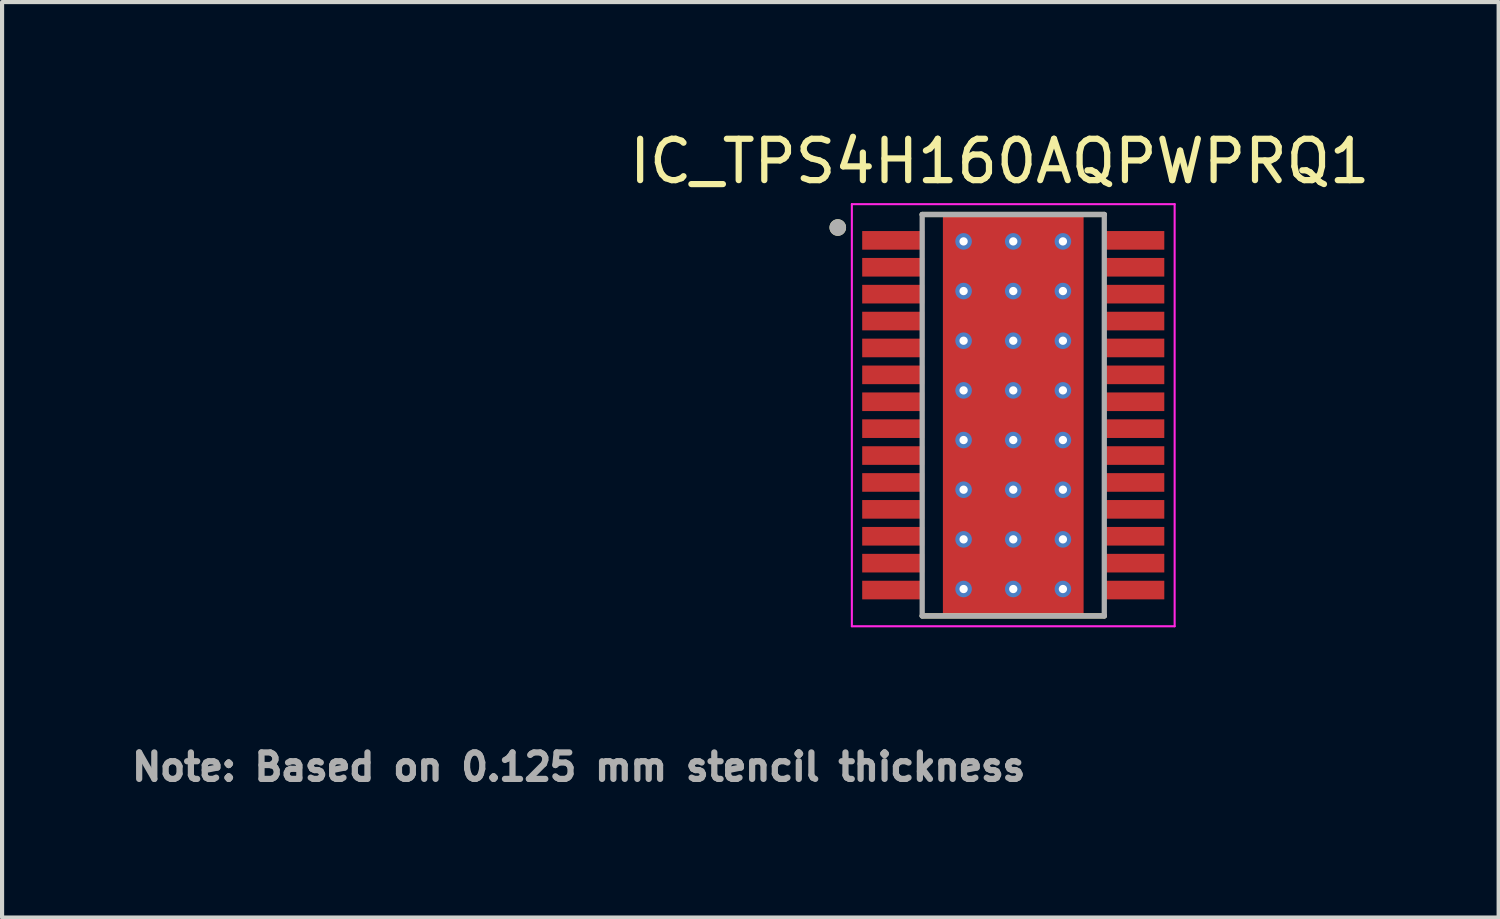
<source format=kicad_pcb>
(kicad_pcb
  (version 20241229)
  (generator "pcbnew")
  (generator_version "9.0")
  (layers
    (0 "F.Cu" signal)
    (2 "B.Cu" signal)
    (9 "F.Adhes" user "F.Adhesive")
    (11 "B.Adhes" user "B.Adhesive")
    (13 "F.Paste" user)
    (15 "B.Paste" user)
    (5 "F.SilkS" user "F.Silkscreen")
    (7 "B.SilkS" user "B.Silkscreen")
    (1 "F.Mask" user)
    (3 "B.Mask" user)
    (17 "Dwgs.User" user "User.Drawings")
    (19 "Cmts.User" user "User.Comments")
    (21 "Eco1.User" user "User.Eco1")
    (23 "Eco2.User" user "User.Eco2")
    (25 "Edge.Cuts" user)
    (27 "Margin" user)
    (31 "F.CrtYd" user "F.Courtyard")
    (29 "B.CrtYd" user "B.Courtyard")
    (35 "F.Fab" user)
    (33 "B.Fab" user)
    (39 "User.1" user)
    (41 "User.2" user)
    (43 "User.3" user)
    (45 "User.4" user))
  (footprint "IC_TPS4H160AQPWPRQ1"
    (layer "F.Cu")
    (at 21.434 6.983)
    (property "Reference" "IC_TPS4H160AQPWPRQ1" (at -0.325 -6.135 0) (layer "F.SilkS") (effects (font (size 1 1) (thickness 0.15))))
    (attr smd)
    (fp_poly (pts (xy -3.7 -4.5) (xy -2.1 -4.5) (xy -2.1 -3.95) (xy -3.7 -3.95)) (stroke (width 0.01) (type solid)) (fill yes) (layer "F.Mask"))
    (fp_poly (pts (xy -3.7 -3.85) (xy -2.1 -3.85) (xy -2.1 -3.3) (xy -3.7 -3.3)) (stroke (width 0.01) (type solid)) (fill yes) (layer "F.Mask"))
    (fp_poly (pts (xy -3.7 -3.2) (xy -2.1 -3.2) (xy -2.1 -2.65) (xy -3.7 -2.65)) (stroke (width 0.01) (type solid)) (fill yes) (layer "F.Mask"))
    (fp_poly (pts (xy -3.7 -2.55) (xy -2.1 -2.55) (xy -2.1 -2) (xy -3.7 -2)) (stroke (width 0.01) (type solid)) (fill yes) (layer "F.Mask"))
    (fp_poly (pts (xy -3.7 -1.9) (xy -2.1 -1.9) (xy -2.1 -1.35) (xy -3.7 -1.35)) (stroke (width 0.01) (type solid)) (fill yes) (layer "F.Mask"))
    (fp_poly (pts (xy -3.7 -1.25) (xy -2.1 -1.25) (xy -2.1 -0.7) (xy -3.7 -0.7)) (stroke (width 0.01) (type solid)) (fill yes) (layer "F.Mask"))
    (fp_poly (pts (xy -3.7 -0.6) (xy -2.1 -0.6) (xy -2.1 -0.05) (xy -3.7 -0.05)) (stroke (width 0.01) (type solid)) (fill yes) (layer "F.Mask"))
    (fp_poly (pts (xy -3.7 0.05) (xy -2.1 0.05) (xy -2.1 0.6) (xy -3.7 0.6)) (stroke (width 0.01) (type solid)) (fill yes) (layer "F.Mask"))
    (fp_poly (pts (xy -3.7 0.7) (xy -2.1 0.7) (xy -2.1 1.25) (xy -3.7 1.25)) (stroke (width 0.01) (type solid)) (fill yes) (layer "F.Mask"))
    (fp_poly (pts (xy -3.7 1.35) (xy -2.1 1.35) (xy -2.1 1.9) (xy -3.7 1.9)) (stroke (width 0.01) (type solid)) (fill yes) (layer "F.Mask"))
    (fp_poly (pts (xy -3.7 2) (xy -2.1 2) (xy -2.1 2.55) (xy -3.7 2.55)) (stroke (width 0.01) (type solid)) (fill yes) (layer "F.Mask"))
    (fp_poly (pts (xy -3.7 2.65) (xy -2.1 2.65) (xy -2.1 3.2) (xy -3.7 3.2)) (stroke (width 0.01) (type solid)) (fill yes) (layer "F.Mask"))
    (fp_poly (pts (xy -3.7 3.3) (xy -2.1 3.3) (xy -2.1 3.85) (xy -3.7 3.85)) (stroke (width 0.01) (type solid)) (fill yes) (layer "F.Mask"))
    (fp_poly (pts (xy -3.7 3.95) (xy -2.1 3.95) (xy -2.1 4.5) (xy -3.7 4.5)) (stroke (width 0.01) (type solid)) (fill yes) (layer "F.Mask"))
    (fp_poly (pts (xy -1.55 -2.59) (xy 1.55 -2.59) (xy 1.55 2.59) (xy -1.55 2.59)) (stroke (width 0.01) (type solid)) (fill yes) (layer "F.Mask"))
    (fp_poly (pts (xy 2.1 -4.5) (xy 3.7 -4.5) (xy 3.7 -3.95) (xy 2.1 -3.95)) (stroke (width 0.01) (type solid)) (fill yes) (layer "F.Mask"))
    (fp_poly (pts (xy 2.1 -3.85) (xy 3.7 -3.85) (xy 3.7 -3.3) (xy 2.1 -3.3)) (stroke (width 0.01) (type solid)) (fill yes) (layer "F.Mask"))
    (fp_poly (pts (xy 2.1 -3.2) (xy 3.7 -3.2) (xy 3.7 -2.65) (xy 2.1 -2.65)) (stroke (width 0.01) (type solid)) (fill yes) (layer "F.Mask"))
    (fp_poly (pts (xy 2.1 -2.55) (xy 3.7 -2.55) (xy 3.7 -2) (xy 2.1 -2)) (stroke (width 0.01) (type solid)) (fill yes) (layer "F.Mask"))
    (fp_poly (pts (xy 2.1 -1.9) (xy 3.7 -1.9) (xy 3.7 -1.35) (xy 2.1 -1.35)) (stroke (width 0.01) (type solid)) (fill yes) (layer "F.Mask"))
    (fp_poly (pts (xy 2.1 -1.25) (xy 3.7 -1.25) (xy 3.7 -0.7) (xy 2.1 -0.7)) (stroke (width 0.01) (type solid)) (fill yes) (layer "F.Mask"))
    (fp_poly (pts (xy 2.1 -0.6) (xy 3.7 -0.6) (xy 3.7 -0.05) (xy 2.1 -0.05)) (stroke (width 0.01) (type solid)) (fill yes) (layer "F.Mask"))
    (fp_poly (pts (xy 2.1 0.05) (xy 3.7 0.05) (xy 3.7 0.6) (xy 2.1 0.6)) (stroke (width 0.01) (type solid)) (fill yes) (layer "F.Mask"))
    (fp_poly (pts (xy 2.1 0.7) (xy 3.7 0.7) (xy 3.7 1.25) (xy 2.1 1.25)) (stroke (width 0.01) (type solid)) (fill yes) (layer "F.Mask"))
    (fp_poly (pts (xy 2.1 1.35) (xy 3.7 1.35) (xy 3.7 1.9) (xy 2.1 1.9)) (stroke (width 0.01) (type solid)) (fill yes) (layer "F.Mask"))
    (fp_poly (pts (xy 2.1 2) (xy 3.7 2) (xy 3.7 2.55) (xy 2.1 2.55)) (stroke (width 0.01) (type solid)) (fill yes) (layer "F.Mask"))
    (fp_poly (pts (xy 2.1 2.65) (xy 3.7 2.65) (xy 3.7 3.2) (xy 2.1 3.2)) (stroke (width 0.01) (type solid)) (fill yes) (layer "F.Mask"))
    (fp_poly (pts (xy 2.1 3.3) (xy 3.7 3.3) (xy 3.7 3.85) (xy 2.1 3.85)) (stroke (width 0.01) (type solid)) (fill yes) (layer "F.Mask"))
    (fp_poly (pts (xy 2.1 3.95) (xy 3.7 3.95) (xy 3.7 4.5) (xy 2.1 4.5)) (stroke (width 0.01) (type solid)) (fill yes) (layer "F.Mask"))
    (fp_line (start -2.2 -4.85) (end 2.2 -4.85) (stroke (width 0.127) (type solid)) (layer "F.SilkS"))
    (fp_line (start -2.2 4.85) (end 2.2 4.85) (stroke (width 0.127) (type solid)) (layer "F.SilkS"))
    (fp_circle (center -4.24 -4.535) (end -4.14 -4.535) (stroke (width 0.2) (type solid)) (fill no) (layer "F.SilkS"))
    (fp_poly (pts (xy -1.55 -2.59) (xy 1.55 -2.59) (xy 1.55 2.59) (xy -1.55 2.59)) (stroke (width 0.01) (type solid)) (fill yes) (layer "F.Paste"))
    (fp_line (start -3.9 -5.1) (end -3.9 5.1) (stroke (width 0.05) (type solid)) (layer "F.CrtYd"))
    (fp_line (start -3.9 -5.1) (end 3.9 -5.1) (stroke (width 0.05) (type solid)) (layer "F.CrtYd"))
    (fp_line (start -3.9 5.1) (end 3.9 5.1) (stroke (width 0.05) (type solid)) (layer "F.CrtYd"))
    (fp_line (start 3.9 -5.1) (end 3.9 5.1) (stroke (width 0.05) (type solid)) (layer "F.CrtYd"))
    (fp_line (start -2.2 -4.85) (end -2.2 4.85) (stroke (width 0.127) (type solid)) (layer "F.Fab"))
    (fp_line (start -2.2 -4.85) (end 2.2 -4.85) (stroke (width 0.127) (type solid)) (layer "F.Fab"))
    (fp_line (start -2.2 4.85) (end 2.2 4.85) (stroke (width 0.127) (type solid)) (layer "F.Fab"))
    (fp_line (start 2.2 -4.85) (end 2.2 4.85) (stroke (width 0.127) (type solid)) (layer "F.Fab"))
    (fp_circle (center -4.24 -4.535) (end -4.14 -4.535) (stroke (width 0.2) (type solid)) (fill no) (layer "F.Fab"))
    (fp_text user "Note: Based on 0.125 mm stencil thickness" (at -10.5 8.5 0) (layer "F.Fab") (effects (font (size 0.64 0.64) (thickness 0.15))))
    (pad "1" smd rect (at -2.9 -4.225) (size 1.5 0.45) (layers "F.Cu" "F.Paste"))
    (pad "2" smd rect (at -2.9 -3.575) (size 1.5 0.45) (layers "F.Cu" "F.Paste"))
    (pad "3" smd rect (at -2.9 -2.925) (size 1.5 0.45) (layers "F.Cu" "F.Paste"))
    (pad "4" smd rect (at -2.9 -2.275) (size 1.5 0.45) (layers "F.Cu" "F.Paste"))
    (pad "5" smd rect (at -2.9 -1.625) (size 1.5 0.45) (layers "F.Cu" "F.Paste"))
    (pad "6" smd rect (at -2.9 -0.975) (size 1.5 0.45) (layers "F.Cu" "F.Paste"))
    (pad "7" smd rect (at -2.9 -0.325) (size 1.5 0.45) (layers "F.Cu" "F.Paste"))
    (pad "8" smd rect (at -2.9 0.325) (size 1.5 0.45) (layers "F.Cu" "F.Paste"))
    (pad "9" smd rect (at -2.9 0.975) (size 1.5 0.45) (layers "F.Cu" "F.Paste"))
    (pad "10" smd rect (at -2.9 1.625) (size 1.5 0.45) (layers "F.Cu" "F.Paste"))
    (pad "11" smd rect (at -2.9 2.275) (size 1.5 0.45) (layers "F.Cu" "F.Paste"))
    (pad "12" smd rect (at -2.9 2.925) (size 1.5 0.45) (layers "F.Cu" "F.Paste"))
    (pad "13" smd rect (at -2.9 3.575) (size 1.5 0.45) (layers "F.Cu" "F.Paste"))
    (pad "14" smd rect (at -2.9 4.225) (size 1.5 0.45) (layers "F.Cu" "F.Paste"))
    (pad "15" smd rect (at 2.9 4.225) (size 1.5 0.45) (layers "F.Cu" "F.Paste"))
    (pad "16" smd rect (at 2.9 3.575) (size 1.5 0.45) (layers "F.Cu" "F.Paste"))
    (pad "17" smd rect (at 2.9 2.925) (size 1.5 0.45) (layers "F.Cu" "F.Paste"))
    (pad "18" smd rect (at 2.9 2.275) (size 1.5 0.45) (layers "F.Cu" "F.Paste"))
    (pad "19" smd rect (at 2.9 1.625) (size 1.5 0.45) (layers "F.Cu" "F.Paste"))
    (pad "20" smd rect (at 2.9 0.975) (size 1.5 0.45) (layers "F.Cu" "F.Paste"))
    (pad "21" smd rect (at 2.9 0.325) (size 1.5 0.45) (layers "F.Cu" "F.Paste"))
    (pad "22" smd rect (at 2.9 -0.325) (size 1.5 0.45) (layers "F.Cu" "F.Paste"))
    (pad "23" smd rect (at 2.9 -0.975) (size 1.5 0.45) (layers "F.Cu" "F.Paste"))
    (pad "24" smd rect (at 2.9 -1.625) (size 1.5 0.45) (layers "F.Cu" "F.Paste"))
    (pad "25" smd rect (at 2.9 -2.275) (size 1.5 0.45) (layers "F.Cu" "F.Paste"))
    (pad "26" smd rect (at 2.9 -2.925) (size 1.5 0.45) (layers "F.Cu" "F.Paste"))
    (pad "27" smd rect (at 2.9 -3.575) (size 1.5 0.45) (layers "F.Cu" "F.Paste"))
    (pad "28" smd rect (at 2.9 -4.225) (size 1.5 0.45) (layers "F.Cu" "F.Paste"))
    (pad "29" smd rect (at 0 0) (size 3.4 9.7) (layers "F.Cu"))
    (pad "30" thru_hole circle (at -1.2 -4.2) (size 0.4 0.4) (drill 0.2) (layers "*.Cu"))
    (pad "31" thru_hole circle (at 0 -4.2) (size 0.4 0.4) (drill 0.2) (layers "*.Cu"))
    (pad "32" thru_hole circle (at 1.2 -4.2) (size 0.4 0.4) (drill 0.2) (layers "*.Cu"))
    (pad "33" thru_hole circle (at -1.2 -3) (size 0.4 0.4) (drill 0.2) (layers "*.Cu"))
    (pad "34" thru_hole circle (at 0 -3) (size 0.4 0.4) (drill 0.2) (layers "*.Cu"))
    (pad "35" thru_hole circle (at 1.2 -3) (size 0.4 0.4) (drill 0.2) (layers "*.Cu"))
    (pad "36" thru_hole circle (at -1.2 -1.8) (size 0.4 0.4) (drill 0.2) (layers "*.Cu"))
    (pad "37" thru_hole circle (at 0 -1.8) (size 0.4 0.4) (drill 0.2) (layers "*.Cu"))
    (pad "38" thru_hole circle (at 1.2 -1.8) (size 0.4 0.4) (drill 0.2) (layers "*.Cu"))
    (pad "39" thru_hole circle (at -1.2 -0.6) (size 0.4 0.4) (drill 0.2) (layers "*.Cu"))
    (pad "40" thru_hole circle (at 0 -0.6) (size 0.4 0.4) (drill 0.2) (layers "*.Cu"))
    (pad "41" thru_hole circle (at 1.2 -0.6) (size 0.4 0.4) (drill 0.2) (layers "*.Cu"))
    (pad "42" thru_hole circle (at -1.2 0.6) (size 0.4 0.4) (drill 0.2) (layers "*.Cu"))
    (pad "43" thru_hole circle (at 0 0.6) (size 0.4 0.4) (drill 0.2) (layers "*.Cu"))
    (pad "44" thru_hole circle (at 1.2 0.6) (size 0.4 0.4) (drill 0.2) (layers "*.Cu"))
    (pad "45" thru_hole circle (at -1.2 1.8) (size 0.4 0.4) (drill 0.2) (layers "*.Cu"))
    (pad "46" thru_hole circle (at 0 1.8) (size 0.4 0.4) (drill 0.2) (layers "*.Cu"))
    (pad "47" thru_hole circle (at 1.2 1.8) (size 0.4 0.4) (drill 0.2) (layers "*.Cu"))
    (pad "48" thru_hole circle (at -1.2 3) (size 0.4 0.4) (drill 0.2) (layers "*.Cu"))
    (pad "49" thru_hole circle (at 0 3) (size 0.4 0.4) (drill 0.2) (layers "*.Cu"))
    (pad "50" thru_hole circle (at 1.2 3) (size 0.4 0.4) (drill 0.2) (layers "*.Cu"))
    (pad "51" thru_hole circle (at -1.2 4.2) (size 0.4 0.4) (drill 0.2) (layers "*.Cu"))
    (pad "52" thru_hole circle (at 0 4.2) (size 0.4 0.4) (drill 0.2) (layers "*.Cu"))
    (pad "53" thru_hole circle (at 1.2 4.2) (size 0.4 0.4) (drill 0.2) (layers "*.Cu")))
  (gr_rect
    (start -3 -3)
    (end 33.163 19.121)
    (stroke (width 0.1) (type default))
    (fill no)
    (layer "Edge.Cuts")))
</source>
